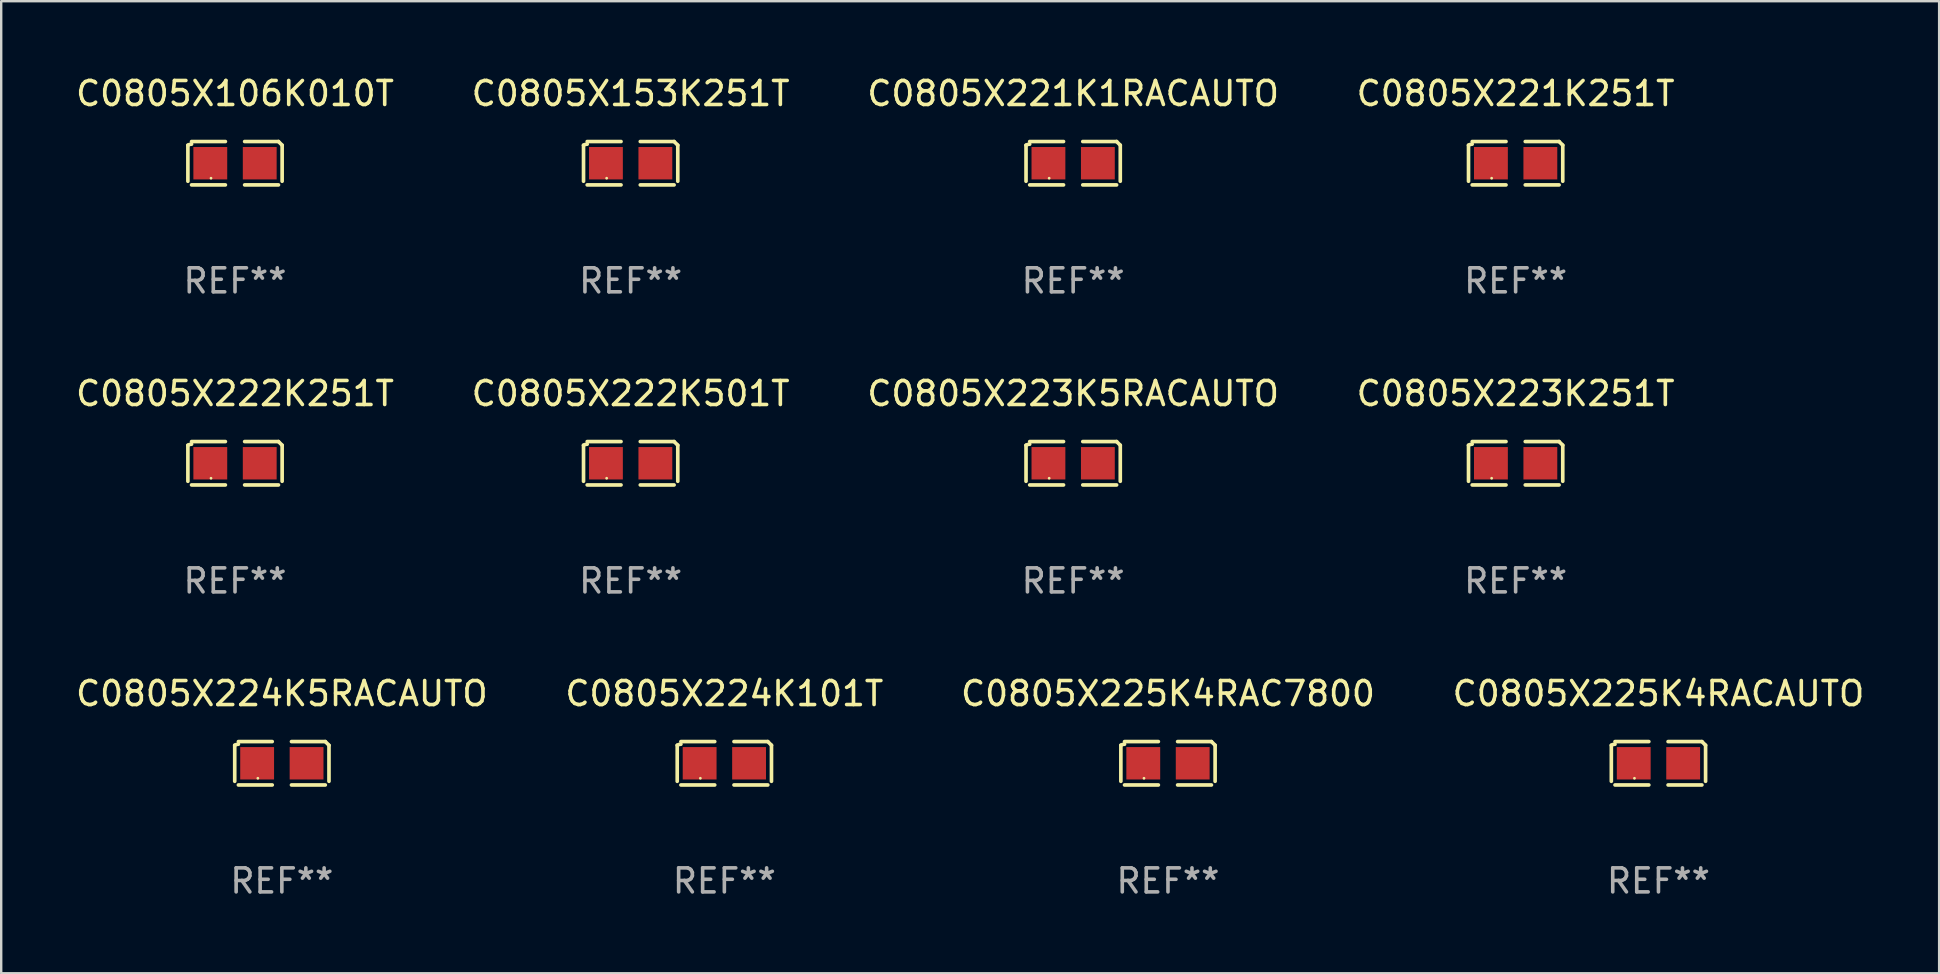
<source format=kicad_pcb>
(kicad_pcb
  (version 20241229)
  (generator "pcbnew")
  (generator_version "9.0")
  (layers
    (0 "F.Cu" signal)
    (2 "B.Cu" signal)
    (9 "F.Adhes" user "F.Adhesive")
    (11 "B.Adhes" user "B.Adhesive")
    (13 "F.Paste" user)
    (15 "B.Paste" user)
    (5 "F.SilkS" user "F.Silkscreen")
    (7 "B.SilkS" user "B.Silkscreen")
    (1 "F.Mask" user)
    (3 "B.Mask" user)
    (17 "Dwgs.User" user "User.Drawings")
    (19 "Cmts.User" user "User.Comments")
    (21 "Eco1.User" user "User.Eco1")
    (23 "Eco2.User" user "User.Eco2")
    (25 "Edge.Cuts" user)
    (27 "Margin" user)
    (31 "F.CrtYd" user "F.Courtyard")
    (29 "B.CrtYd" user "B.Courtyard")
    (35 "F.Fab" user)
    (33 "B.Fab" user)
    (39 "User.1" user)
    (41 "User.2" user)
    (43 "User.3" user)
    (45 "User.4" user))
  (footprint "C0805X225K4RACAUTO"
    (layer "F.Cu")
    (at 66.065 28.759)
    (property "Reference" "C0805X225K4RACAUTO" (at 0 -2.904 0) (layer "F.SilkS") (effects (font (size 1 1) (thickness 0.15))))
    (attr through_hole)
    (fp_line (start -1.964 0.751) (end -1.964 -0.751) (stroke (width 0.152) (type solid)) (layer "F.SilkS"))
    (fp_line (start -1.811 -0.904) (end -0.401 -0.904) (stroke (width 0.152) (type solid)) (layer "F.SilkS"))
    (fp_line (start -0.401 0.904) (end -1.811 0.904) (stroke (width 0.152) (type solid)) (layer "F.SilkS"))
    (fp_line (start 0.401 0.904) (end 1.811 0.904) (stroke (width 0.152) (type solid)) (layer "F.SilkS"))
    (fp_line (start 1.811 -0.904) (end 0.401 -0.904) (stroke (width 0.152) (type solid)) (layer "F.SilkS"))
    (fp_line (start 1.964 0.751) (end 1.964 -0.751) (stroke (width 0.152) (type solid)) (layer "F.SilkS"))
    (fp_arc (start -1.963602 -0.751207) (mid -1.890354 -0.783131) (end -1.811201 -0.794044) (stroke (width 0.1524) (type solid)) (layer "F.SilkS"))
    (fp_arc (start 1.811202 -0.903607) (mid 1.887413 -0.827418) (end 1.963602 -0.751207) (stroke (width 0.1524) (type solid)) (layer "F.SilkS"))
    (fp_circle (center -1 0.625) (end -0.97 0.625) (stroke (width 0.06) (type solid)) (fill no) (layer "F.SilkS"))
    (fp_text user "REF**" (at 0 4.904 0) (layer "F.Fab") (effects (font (size 1 1) (thickness 0.15))))
    (pad "1" smd rect (at -1.03 0) (size 1.41 1.35) (layers "F.Cu" "F.Mask" "F.Paste"))
    (pad "2" smd rect (at 1.03 0) (size 1.41 1.35) (layers "F.Cu" "F.Mask" "F.Paste")))
  (footprint "C0805X106K010T"
    (layer "F.Cu")
    (at 6.744 3.752)
    (property "Reference" "C0805X106K010T" (at 0 -2.904 0) (layer "F.SilkS") (effects (font (size 1 1) (thickness 0.15))))
    (attr through_hole)
    (fp_line (start -1.964 0.751) (end -1.964 -0.751) (stroke (width 0.152) (type solid)) (layer "F.SilkS"))
    (fp_line (start -1.811 -0.904) (end -0.401 -0.904) (stroke (width 0.152) (type solid)) (layer "F.SilkS"))
    (fp_line (start -0.401 0.904) (end -1.811 0.904) (stroke (width 0.152) (type solid)) (layer "F.SilkS"))
    (fp_line (start 0.401 0.904) (end 1.811 0.904) (stroke (width 0.152) (type solid)) (layer "F.SilkS"))
    (fp_line (start 1.811 -0.904) (end 0.401 -0.904) (stroke (width 0.152) (type solid)) (layer "F.SilkS"))
    (fp_line (start 1.964 0.751) (end 1.964 -0.751) (stroke (width 0.152) (type solid)) (layer "F.SilkS"))
    (fp_arc (start -1.963602 -0.751207) (mid -1.890354 -0.783131) (end -1.811201 -0.794044) (stroke (width 0.1524) (type solid)) (layer "F.SilkS"))
    (fp_arc (start 1.811202 -0.903607) (mid 1.887413 -0.827418) (end 1.963602 -0.751207) (stroke (width 0.1524) (type solid)) (layer "F.SilkS"))
    (fp_circle (center -1 0.625) (end -0.97 0.625) (stroke (width 0.06) (type solid)) (fill no) (layer "F.SilkS"))
    (fp_text user "REF**" (at 0 4.904 0) (layer "F.Fab") (effects (font (size 1 1) (thickness 0.15))))
    (pad "1" smd rect (at -1.03 0) (size 1.41 1.35) (layers "F.Cu" "F.Mask" "F.Paste"))
    (pad "2" smd rect (at 1.03 0) (size 1.41 1.35) (layers "F.Cu" "F.Mask" "F.Paste")))
  (footprint "C0805X223K5RACAUTO"
    (layer "F.Cu")
    (at 41.673 16.256)
    (property "Reference" "C0805X223K5RACAUTO" (at 0 -2.904 0) (layer "F.SilkS") (effects (font (size 1 1) (thickness 0.15))))
    (attr through_hole)
    (fp_line (start -1.964 0.751) (end -1.964 -0.751) (stroke (width 0.152) (type solid)) (layer "F.SilkS"))
    (fp_line (start -1.811 -0.904) (end -0.401 -0.904) (stroke (width 0.152) (type solid)) (layer "F.SilkS"))
    (fp_line (start -0.401 0.904) (end -1.811 0.904) (stroke (width 0.152) (type solid)) (layer "F.SilkS"))
    (fp_line (start 0.401 0.904) (end 1.811 0.904) (stroke (width 0.152) (type solid)) (layer "F.SilkS"))
    (fp_line (start 1.811 -0.904) (end 0.401 -0.904) (stroke (width 0.152) (type solid)) (layer "F.SilkS"))
    (fp_line (start 1.964 0.751) (end 1.964 -0.751) (stroke (width 0.152) (type solid)) (layer "F.SilkS"))
    (fp_arc (start -1.963602 -0.751207) (mid -1.890354 -0.783131) (end -1.811201 -0.794044) (stroke (width 0.1524) (type solid)) (layer "F.SilkS"))
    (fp_arc (start 1.811202 -0.903607) (mid 1.887413 -0.827418) (end 1.963602 -0.751207) (stroke (width 0.1524) (type solid)) (layer "F.SilkS"))
    (fp_circle (center -1 0.625) (end -0.97 0.625) (stroke (width 0.06) (type solid)) (fill no) (layer "F.SilkS"))
    (fp_text user "REF**" (at 0 4.904 0) (layer "F.Fab") (effects (font (size 1 1) (thickness 0.15))))
    (pad "1" smd rect (at -1.03 0) (size 1.41 1.35) (layers "F.Cu" "F.Mask" "F.Paste"))
    (pad "2" smd rect (at 1.03 0) (size 1.41 1.35) (layers "F.Cu" "F.Mask" "F.Paste")))
  (footprint "C0805X224K5RACAUTO"
    (layer "F.Cu")
    (at 8.696 28.759)
    (property "Reference" "C0805X224K5RACAUTO" (at 0 -2.904 0) (layer "F.SilkS") (effects (font (size 1 1) (thickness 0.15))))
    (attr through_hole)
    (fp_line (start -1.964 0.751) (end -1.964 -0.751) (stroke (width 0.152) (type solid)) (layer "F.SilkS"))
    (fp_line (start -1.811 -0.904) (end -0.401 -0.904) (stroke (width 0.152) (type solid)) (layer "F.SilkS"))
    (fp_line (start -0.401 0.904) (end -1.811 0.904) (stroke (width 0.152) (type solid)) (layer "F.SilkS"))
    (fp_line (start 0.401 0.904) (end 1.811 0.904) (stroke (width 0.152) (type solid)) (layer "F.SilkS"))
    (fp_line (start 1.811 -0.904) (end 0.401 -0.904) (stroke (width 0.152) (type solid)) (layer "F.SilkS"))
    (fp_line (start 1.964 0.751) (end 1.964 -0.751) (stroke (width 0.152) (type solid)) (layer "F.SilkS"))
    (fp_arc (start -1.963602 -0.751207) (mid -1.890354 -0.783131) (end -1.811201 -0.794044) (stroke (width 0.1524) (type solid)) (layer "F.SilkS"))
    (fp_arc (start 1.811202 -0.903607) (mid 1.887413 -0.827418) (end 1.963602 -0.751207) (stroke (width 0.1524) (type solid)) (layer "F.SilkS"))
    (fp_circle (center -1 0.625) (end -0.97 0.625) (stroke (width 0.06) (type solid)) (fill no) (layer "F.SilkS"))
    (fp_text user "REF**" (at 0 4.904 0) (layer "F.Fab") (effects (font (size 1 1) (thickness 0.15))))
    (pad "1" smd rect (at -1.03 0) (size 1.41 1.35) (layers "F.Cu" "F.Mask" "F.Paste"))
    (pad "2" smd rect (at 1.03 0) (size 1.41 1.35) (layers "F.Cu" "F.Mask" "F.Paste")))
  (footprint "C0805X225K4RAC7800"
    (layer "F.Cu")
    (at 45.625 28.759)
    (property "Reference" "C0805X225K4RAC7800" (at 0 -2.904 0) (layer "F.SilkS") (effects (font (size 1 1) (thickness 0.15))))
    (attr through_hole)
    (fp_line (start -1.964 0.751) (end -1.964 -0.751) (stroke (width 0.152) (type solid)) (layer "F.SilkS"))
    (fp_line (start -1.811 -0.904) (end -0.401 -0.904) (stroke (width 0.152) (type solid)) (layer "F.SilkS"))
    (fp_line (start -0.401 0.904) (end -1.811 0.904) (stroke (width 0.152) (type solid)) (layer "F.SilkS"))
    (fp_line (start 0.401 0.904) (end 1.811 0.904) (stroke (width 0.152) (type solid)) (layer "F.SilkS"))
    (fp_line (start 1.811 -0.904) (end 0.401 -0.904) (stroke (width 0.152) (type solid)) (layer "F.SilkS"))
    (fp_line (start 1.964 0.751) (end 1.964 -0.751) (stroke (width 0.152) (type solid)) (layer "F.SilkS"))
    (fp_arc (start -1.963602 -0.751207) (mid -1.890354 -0.783131) (end -1.811201 -0.794044) (stroke (width 0.1524) (type solid)) (layer "F.SilkS"))
    (fp_arc (start 1.811202 -0.903607) (mid 1.887413 -0.827418) (end 1.963602 -0.751207) (stroke (width 0.1524) (type solid)) (layer "F.SilkS"))
    (fp_circle (center -1 0.625) (end -0.97 0.625) (stroke (width 0.06) (type solid)) (fill no) (layer "F.SilkS"))
    (fp_text user "REF**" (at 0 4.904 0) (layer "F.Fab") (effects (font (size 1 1) (thickness 0.15))))
    (pad "1" smd rect (at -1.03 0) (size 1.41 1.35) (layers "F.Cu" "F.Mask" "F.Paste"))
    (pad "2" smd rect (at 1.03 0) (size 1.41 1.35) (layers "F.Cu" "F.Mask" "F.Paste")))
  (footprint "C0805X224K101T"
    (layer "F.Cu")
    (at 27.137 28.759)
    (property "Reference" "C0805X224K101T" (at 0 -2.904 0) (layer "F.SilkS") (effects (font (size 1 1) (thickness 0.15))))
    (attr through_hole)
    (fp_line (start -1.964 0.751) (end -1.964 -0.751) (stroke (width 0.152) (type solid)) (layer "F.SilkS"))
    (fp_line (start -1.811 -0.904) (end -0.401 -0.904) (stroke (width 0.152) (type solid)) (layer "F.SilkS"))
    (fp_line (start -0.401 0.904) (end -1.811 0.904) (stroke (width 0.152) (type solid)) (layer "F.SilkS"))
    (fp_line (start 0.401 0.904) (end 1.811 0.904) (stroke (width 0.152) (type solid)) (layer "F.SilkS"))
    (fp_line (start 1.811 -0.904) (end 0.401 -0.904) (stroke (width 0.152) (type solid)) (layer "F.SilkS"))
    (fp_line (start 1.964 0.751) (end 1.964 -0.751) (stroke (width 0.152) (type solid)) (layer "F.SilkS"))
    (fp_arc (start -1.963602 -0.751207) (mid -1.890354 -0.783131) (end -1.811201 -0.794044) (stroke (width 0.1524) (type solid)) (layer "F.SilkS"))
    (fp_arc (start 1.811202 -0.903607) (mid 1.887413 -0.827418) (end 1.963602 -0.751207) (stroke (width 0.1524) (type solid)) (layer "F.SilkS"))
    (fp_circle (center -1 0.625) (end -0.97 0.625) (stroke (width 0.06) (type solid)) (fill no) (layer "F.SilkS"))
    (fp_text user "REF**" (at 0 4.904 0) (layer "F.Fab") (effects (font (size 1 1) (thickness 0.15))))
    (pad "1" smd rect (at -1.03 0) (size 1.41 1.35) (layers "F.Cu" "F.Mask" "F.Paste"))
    (pad "2" smd rect (at 1.03 0) (size 1.41 1.35) (layers "F.Cu" "F.Mask" "F.Paste")))
  (footprint "C0805X222K501T"
    (layer "F.Cu")
    (at 23.232 16.256)
    (property "Reference" "C0805X222K501T" (at 0 -2.904 0) (layer "F.SilkS") (effects (font (size 1 1) (thickness 0.15))))
    (attr through_hole)
    (fp_line (start -1.964 0.751) (end -1.964 -0.751) (stroke (width 0.152) (type solid)) (layer "F.SilkS"))
    (fp_line (start -1.811 -0.904) (end -0.401 -0.904) (stroke (width 0.152) (type solid)) (layer "F.SilkS"))
    (fp_line (start -0.401 0.904) (end -1.811 0.904) (stroke (width 0.152) (type solid)) (layer "F.SilkS"))
    (fp_line (start 0.401 0.904) (end 1.811 0.904) (stroke (width 0.152) (type solid)) (layer "F.SilkS"))
    (fp_line (start 1.811 -0.904) (end 0.401 -0.904) (stroke (width 0.152) (type solid)) (layer "F.SilkS"))
    (fp_line (start 1.964 0.751) (end 1.964 -0.751) (stroke (width 0.152) (type solid)) (layer "F.SilkS"))
    (fp_arc (start -1.963602 -0.751207) (mid -1.890354 -0.783131) (end -1.811201 -0.794044) (stroke (width 0.1524) (type solid)) (layer "F.SilkS"))
    (fp_arc (start 1.811202 -0.903607) (mid 1.887413 -0.827418) (end 1.963602 -0.751207) (stroke (width 0.1524) (type solid)) (layer "F.SilkS"))
    (fp_circle (center -1 0.625) (end -0.97 0.625) (stroke (width 0.06) (type solid)) (fill no) (layer "F.SilkS"))
    (fp_text user "REF**" (at 0 4.904 0) (layer "F.Fab") (effects (font (size 1 1) (thickness 0.15))))
    (pad "1" smd rect (at -1.03 0) (size 1.41 1.35) (layers "F.Cu" "F.Mask" "F.Paste"))
    (pad "2" smd rect (at 1.03 0) (size 1.41 1.35) (layers "F.Cu" "F.Mask" "F.Paste")))
  (footprint "C0805X153K251T"
    (layer "F.Cu")
    (at 23.232 3.752)
    (property "Reference" "C0805X153K251T" (at 0 -2.904 0) (layer "F.SilkS") (effects (font (size 1 1) (thickness 0.15))))
    (attr through_hole)
    (fp_line (start -1.964 0.751) (end -1.964 -0.751) (stroke (width 0.152) (type solid)) (layer "F.SilkS"))
    (fp_line (start -1.811 -0.904) (end -0.401 -0.904) (stroke (width 0.152) (type solid)) (layer "F.SilkS"))
    (fp_line (start -0.401 0.904) (end -1.811 0.904) (stroke (width 0.152) (type solid)) (layer "F.SilkS"))
    (fp_line (start 0.401 0.904) (end 1.811 0.904) (stroke (width 0.152) (type solid)) (layer "F.SilkS"))
    (fp_line (start 1.811 -0.904) (end 0.401 -0.904) (stroke (width 0.152) (type solid)) (layer "F.SilkS"))
    (fp_line (start 1.964 0.751) (end 1.964 -0.751) (stroke (width 0.152) (type solid)) (layer "F.SilkS"))
    (fp_arc (start -1.963602 -0.751207) (mid -1.890354 -0.783131) (end -1.811201 -0.794044) (stroke (width 0.1524) (type solid)) (layer "F.SilkS"))
    (fp_arc (start 1.811202 -0.903607) (mid 1.887413 -0.827418) (end 1.963602 -0.751207) (stroke (width 0.1524) (type solid)) (layer "F.SilkS"))
    (fp_circle (center -1 0.625) (end -0.97 0.625) (stroke (width 0.06) (type solid)) (fill no) (layer "F.SilkS"))
    (fp_text user "REF**" (at 0 4.904 0) (layer "F.Fab") (effects (font (size 1 1) (thickness 0.15))))
    (pad "1" smd rect (at -1.03 0) (size 1.41 1.35) (layers "F.Cu" "F.Mask" "F.Paste"))
    (pad "2" smd rect (at 1.03 0) (size 1.41 1.35) (layers "F.Cu" "F.Mask" "F.Paste")))
  (footprint "C0805X222K251T"
    (layer "F.Cu")
    (at 6.744 16.256)
    (property "Reference" "C0805X222K251T" (at 0 -2.904 0) (layer "F.SilkS") (effects (font (size 1 1) (thickness 0.15))))
    (attr through_hole)
    (fp_line (start -1.964 0.751) (end -1.964 -0.751) (stroke (width 0.152) (type solid)) (layer "F.SilkS"))
    (fp_line (start -1.811 -0.904) (end -0.401 -0.904) (stroke (width 0.152) (type solid)) (layer "F.SilkS"))
    (fp_line (start -0.401 0.904) (end -1.811 0.904) (stroke (width 0.152) (type solid)) (layer "F.SilkS"))
    (fp_line (start 0.401 0.904) (end 1.811 0.904) (stroke (width 0.152) (type solid)) (layer "F.SilkS"))
    (fp_line (start 1.811 -0.904) (end 0.401 -0.904) (stroke (width 0.152) (type solid)) (layer "F.SilkS"))
    (fp_line (start 1.964 0.751) (end 1.964 -0.751) (stroke (width 0.152) (type solid)) (layer "F.SilkS"))
    (fp_arc (start -1.963602 -0.751207) (mid -1.890354 -0.783131) (end -1.811201 -0.794044) (stroke (width 0.1524) (type solid)) (layer "F.SilkS"))
    (fp_arc (start 1.811202 -0.903607) (mid 1.887413 -0.827418) (end 1.963602 -0.751207) (stroke (width 0.1524) (type solid)) (layer "F.SilkS"))
    (fp_circle (center -1 0.625) (end -0.97 0.625) (stroke (width 0.06) (type solid)) (fill no) (layer "F.SilkS"))
    (fp_text user "REF**" (at 0 4.904 0) (layer "F.Fab") (effects (font (size 1 1) (thickness 0.15))))
    (pad "1" smd rect (at -1.03 0) (size 1.41 1.35) (layers "F.Cu" "F.Mask" "F.Paste"))
    (pad "2" smd rect (at 1.03 0) (size 1.41 1.35) (layers "F.Cu" "F.Mask" "F.Paste")))
  (footprint "C0805X221K251T"
    (layer "F.Cu")
    (at 60.113 3.752)
    (property "Reference" "C0805X221K251T" (at 0 -2.904 0) (layer "F.SilkS") (effects (font (size 1 1) (thickness 0.15))))
    (attr through_hole)
    (fp_line (start -1.964 0.751) (end -1.964 -0.751) (stroke (width 0.152) (type solid)) (layer "F.SilkS"))
    (fp_line (start -1.811 -0.904) (end -0.401 -0.904) (stroke (width 0.152) (type solid)) (layer "F.SilkS"))
    (fp_line (start -0.401 0.904) (end -1.811 0.904) (stroke (width 0.152) (type solid)) (layer "F.SilkS"))
    (fp_line (start 0.401 0.904) (end 1.811 0.904) (stroke (width 0.152) (type solid)) (layer "F.SilkS"))
    (fp_line (start 1.811 -0.904) (end 0.401 -0.904) (stroke (width 0.152) (type solid)) (layer "F.SilkS"))
    (fp_line (start 1.964 0.751) (end 1.964 -0.751) (stroke (width 0.152) (type solid)) (layer "F.SilkS"))
    (fp_arc (start -1.963602 -0.751207) (mid -1.890354 -0.783131) (end -1.811201 -0.794044) (stroke (width 0.1524) (type solid)) (layer "F.SilkS"))
    (fp_arc (start 1.811202 -0.903607) (mid 1.887413 -0.827418) (end 1.963602 -0.751207) (stroke (width 0.1524) (type solid)) (layer "F.SilkS"))
    (fp_circle (center -1 0.625) (end -0.97 0.625) (stroke (width 0.06) (type solid)) (fill no) (layer "F.SilkS"))
    (fp_text user "REF**" (at 0 4.904 0) (layer "F.Fab") (effects (font (size 1 1) (thickness 0.15))))
    (pad "1" smd rect (at -1.03 0) (size 1.41 1.35) (layers "F.Cu" "F.Mask" "F.Paste"))
    (pad "2" smd rect (at 1.03 0) (size 1.41 1.35) (layers "F.Cu" "F.Mask" "F.Paste")))
  (footprint "C0805X221K1RACAUTO"
    (layer "F.Cu")
    (at 41.673 3.752)
    (property "Reference" "C0805X221K1RACAUTO" (at 0 -2.904 0) (layer "F.SilkS") (effects (font (size 1 1) (thickness 0.15))))
    (attr through_hole)
    (fp_line (start -1.964 0.751) (end -1.964 -0.751) (stroke (width 0.152) (type solid)) (layer "F.SilkS"))
    (fp_line (start -1.811 -0.904) (end -0.401 -0.904) (stroke (width 0.152) (type solid)) (layer "F.SilkS"))
    (fp_line (start -0.401 0.904) (end -1.811 0.904) (stroke (width 0.152) (type solid)) (layer "F.SilkS"))
    (fp_line (start 0.401 0.904) (end 1.811 0.904) (stroke (width 0.152) (type solid)) (layer "F.SilkS"))
    (fp_line (start 1.811 -0.904) (end 0.401 -0.904) (stroke (width 0.152) (type solid)) (layer "F.SilkS"))
    (fp_line (start 1.964 0.751) (end 1.964 -0.751) (stroke (width 0.152) (type solid)) (layer "F.SilkS"))
    (fp_arc (start -1.963602 -0.751207) (mid -1.890354 -0.783131) (end -1.811201 -0.794044) (stroke (width 0.1524) (type solid)) (layer "F.SilkS"))
    (fp_arc (start 1.811202 -0.903607) (mid 1.887413 -0.827418) (end 1.963602 -0.751207) (stroke (width 0.1524) (type solid)) (layer "F.SilkS"))
    (fp_circle (center -1 0.625) (end -0.97 0.625) (stroke (width 0.06) (type solid)) (fill no) (layer "F.SilkS"))
    (fp_text user "REF**" (at 0 4.904 0) (layer "F.Fab") (effects (font (size 1 1) (thickness 0.15))))
    (pad "1" smd rect (at -1.03 0) (size 1.41 1.35) (layers "F.Cu" "F.Mask" "F.Paste"))
    (pad "2" smd rect (at 1.03 0) (size 1.41 1.35) (layers "F.Cu" "F.Mask" "F.Paste")))
  (footprint "C0805X223K251T"
    (layer "F.Cu")
    (at 60.113 16.256)
    (property "Reference" "C0805X223K251T" (at 0 -2.904 0) (layer "F.SilkS") (effects (font (size 1 1) (thickness 0.15))))
    (attr through_hole)
    (fp_line (start -1.964 0.751) (end -1.964 -0.751) (stroke (width 0.152) (type solid)) (layer "F.SilkS"))
    (fp_line (start -1.811 -0.904) (end -0.401 -0.904) (stroke (width 0.152) (type solid)) (layer "F.SilkS"))
    (fp_line (start -0.401 0.904) (end -1.811 0.904) (stroke (width 0.152) (type solid)) (layer "F.SilkS"))
    (fp_line (start 0.401 0.904) (end 1.811 0.904) (stroke (width 0.152) (type solid)) (layer "F.SilkS"))
    (fp_line (start 1.811 -0.904) (end 0.401 -0.904) (stroke (width 0.152) (type solid)) (layer "F.SilkS"))
    (fp_line (start 1.964 0.751) (end 1.964 -0.751) (stroke (width 0.152) (type solid)) (layer "F.SilkS"))
    (fp_arc (start -1.963602 -0.751207) (mid -1.890354 -0.783131) (end -1.811201 -0.794044) (stroke (width 0.1524) (type solid)) (layer "F.SilkS"))
    (fp_arc (start 1.811202 -0.903607) (mid 1.887413 -0.827418) (end 1.963602 -0.751207) (stroke (width 0.1524) (type solid)) (layer "F.SilkS"))
    (fp_circle (center -1 0.625) (end -0.97 0.625) (stroke (width 0.06) (type solid)) (fill no) (layer "F.SilkS"))
    (fp_text user "REF**" (at 0 4.904 0) (layer "F.Fab") (effects (font (size 1 1) (thickness 0.15))))
    (pad "1" smd rect (at -1.03 0) (size 1.41 1.35) (layers "F.Cu" "F.Mask" "F.Paste"))
    (pad "2" smd rect (at 1.03 0) (size 1.41 1.35) (layers "F.Cu" "F.Mask" "F.Paste")))
  (gr_rect
    (start -3 -3)
    (end 77.762 37.511)
    (stroke (width 0.1) (type default))
    (fill no)
    (layer "Edge.Cuts")))
</source>
